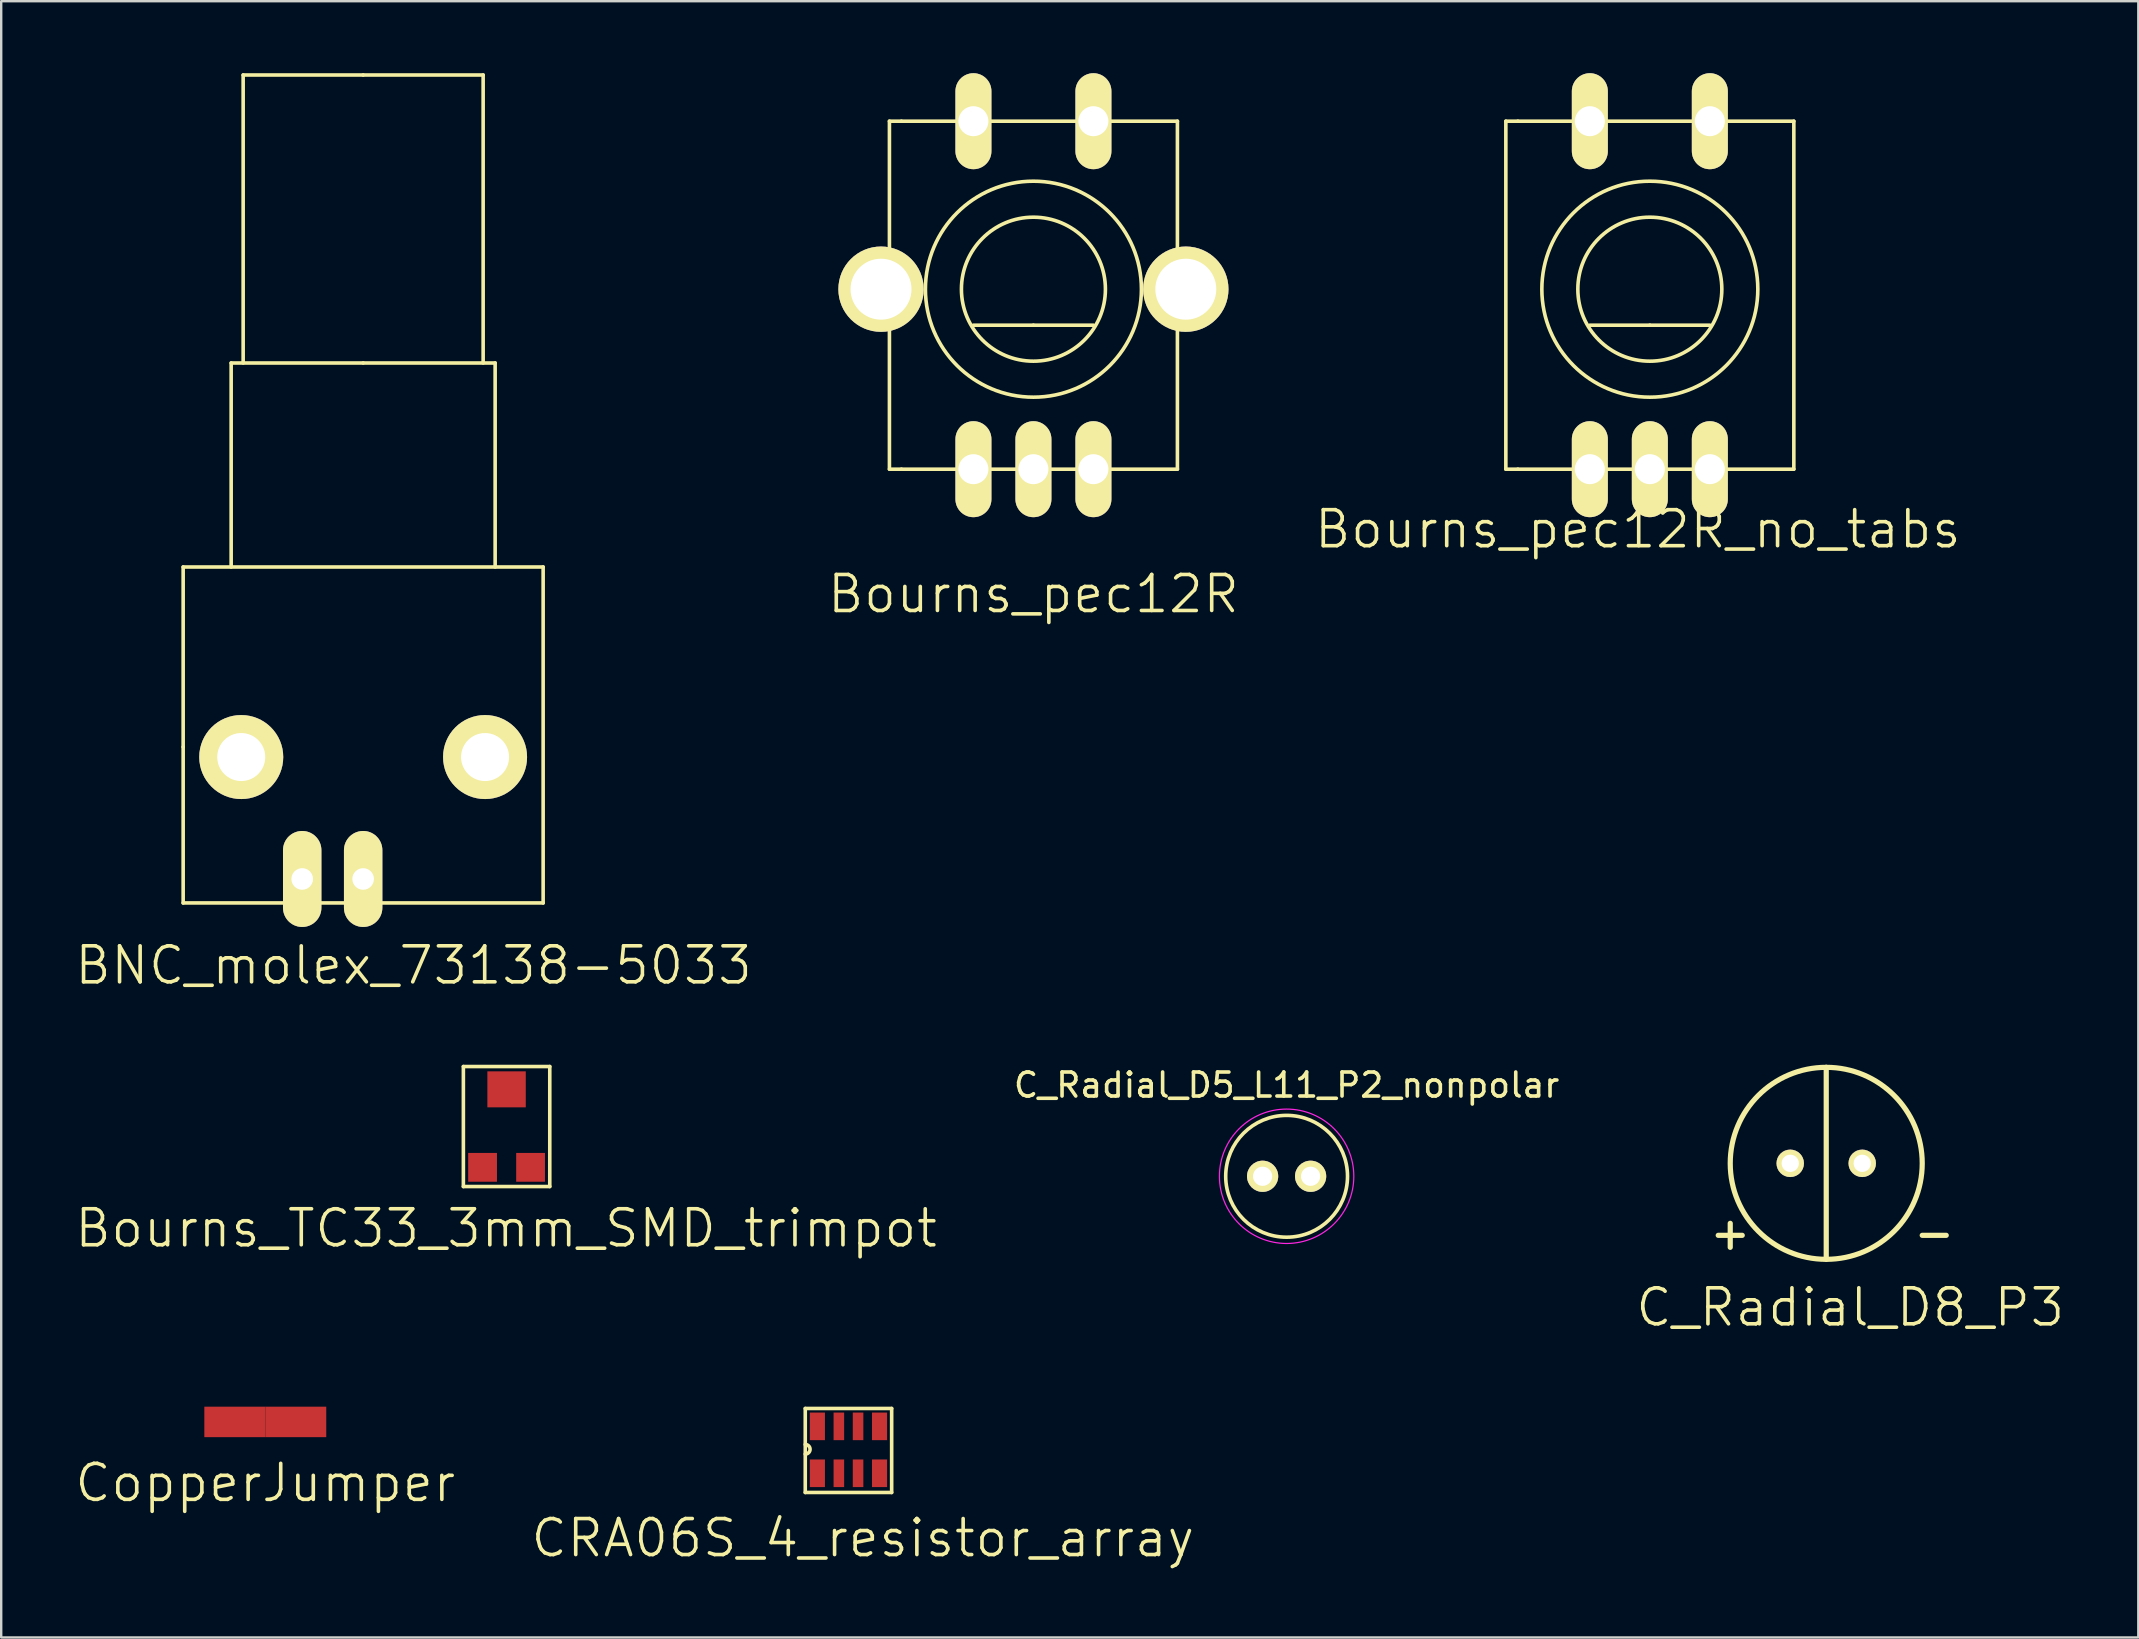
<source format=kicad_pcb>
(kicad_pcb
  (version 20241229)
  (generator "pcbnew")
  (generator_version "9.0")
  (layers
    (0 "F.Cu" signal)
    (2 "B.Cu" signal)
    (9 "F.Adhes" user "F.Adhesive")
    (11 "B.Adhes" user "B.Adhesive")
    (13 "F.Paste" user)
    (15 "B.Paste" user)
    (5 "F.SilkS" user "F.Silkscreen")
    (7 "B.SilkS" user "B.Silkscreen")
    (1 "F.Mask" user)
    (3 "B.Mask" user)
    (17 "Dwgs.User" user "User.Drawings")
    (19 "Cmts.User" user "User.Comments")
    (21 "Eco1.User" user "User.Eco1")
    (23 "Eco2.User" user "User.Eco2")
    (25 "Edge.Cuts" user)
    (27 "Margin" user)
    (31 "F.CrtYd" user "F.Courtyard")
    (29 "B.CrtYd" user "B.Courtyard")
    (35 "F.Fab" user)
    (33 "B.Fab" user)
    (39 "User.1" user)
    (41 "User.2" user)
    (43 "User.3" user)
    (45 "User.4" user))
  (footprint "CopperJumper"
    (layer "F.Cu")
    (at 8.004 56.199)
    (property "Reference" "CopperJumper" (at 0 2.54 0) (layer "F.SilkS") (effects (font (size 1.5 1.5) (thickness 0.15))))
    (attr through_hole)
    (pad "1" smd rect (at -1.27 0) (size 2.54 1.27) (layers "F.Cu" "F.Mask" "F.Paste"))
    (pad "2" smd rect (at 1.27 0) (size 2.54 1.27) (layers "F.Cu" "F.Mask" "F.Paste")))
  (footprint "Bourns_pec12R"
    (layer "F.Cu")
    (at 40.011 9)
    (property "Reference" "Bourns_pec12R" (at 0 12.7 0) (layer "F.SilkS") (effects (font (size 1.5 1.5) (thickness 0.15))))
    (attr through_hole)
    (fp_line (start -6 -7) (end -6 7.5) (stroke (width 0.15) (type solid)) (layer "F.SilkS"))
    (fp_line (start -5.5 -7) (end -6 -7) (stroke (width 0.15) (type solid)) (layer "F.SilkS"))
    (fp_line (start -5.5 7.5) (end -6 7.5) (stroke (width 0.15) (type solid)) (layer "F.SilkS"))
    (fp_line (start -5.5 7.5) (end 6 7.5) (stroke (width 0.15) (type solid)) (layer "F.SilkS"))
    (fp_line (start 0 1.5) (end -2.5 1.5) (stroke (width 0.15) (type solid)) (layer "F.SilkS"))
    (fp_line (start 0 1.5) (end 2.5 1.5) (stroke (width 0.15) (type solid)) (layer "F.SilkS"))
    (fp_line (start 6 -7) (end -5.5 -7) (stroke (width 0.15) (type solid)) (layer "F.SilkS"))
    (fp_line (start 6 7.5) (end 6 -7) (stroke (width 0.15) (type solid)) (layer "F.SilkS"))
    (fp_circle (center 0 0) (end 3 0) (stroke (width 0.15) (type solid)) (fill no) (layer "F.SilkS"))
    (fp_circle (center 0 0) (end 4.5 0) (stroke (width 0.15) (type solid)) (fill no) (layer "F.SilkS"))
    (pad "1" thru_hole oval (at -2.5 -7) (size 1.5 4) (drill 1.25) (layers "*.Cu" "*.Mask" "F.SilkS"))
    (pad "2" thru_hole oval (at 2.5 -7) (size 1.5 4) (drill 1.25) (layers "*.Cu" "*.Mask" "F.SilkS"))
    (pad "3" thru_hole oval (at -2.5 7.5) (size 1.5 4) (drill 1.25) (layers "*.Cu" "*.Mask" "F.SilkS"))
    (pad "4" thru_hole oval (at 0 7.5) (size 1.5 4) (drill 1.25) (layers "*.Cu" "*.Mask" "F.SilkS"))
    (pad "5" thru_hole oval (at 2.5 7.5) (size 1.5 4) (drill 1.25) (layers "*.Cu" "*.Mask" "F.SilkS"))
    (pad "6" thru_hole circle (at 6.35 0) (size 3.556 3.556) (drill 2.54) (layers "*.Cu" "*.Mask" "F.SilkS"))
    (pad "7" thru_hole circle (at -6.35 0) (size 3.556 3.556) (drill 2.54) (layers "*.Cu" "*.Mask" "F.SilkS")))
  (footprint "CRA06S_4_resistor_array"
    (layer "F.Cu")
    (at 31.004 58.339)
    (property "Reference" "CRA06S_4_resistor_array" (at 1.9 2.7 0) (layer "F.SilkS") (effects (font (size 1.5 1.5) (thickness 0.15))))
    (attr through_hole)
    (fp_line (start -0.5 -2.7) (end -0.5 0.8) (stroke (width 0.15) (type solid)) (layer "F.SilkS"))
    (fp_line (start -0.5 0.8) (end 3.1 0.8) (stroke (width 0.15) (type solid)) (layer "F.SilkS"))
    (fp_line (start 3.1 -2.7) (end -0.5 -2.7) (stroke (width 0.15) (type solid)) (layer "F.SilkS"))
    (fp_line (start 3.1 0.8) (end 3.1 -2.7) (stroke (width 0.15) (type solid)) (layer "F.SilkS"))
    (fp_arc (start -0.5 -1.2) (mid -0.3 -1) (end -0.5 -0.8) (stroke (width 0.15) (type solid)) (layer "F.SilkS"))
    (pad "1" smd rect (at 0.005 0) (size 0.63 1.15) (layers "F.Cu" "F.Mask" "F.Paste"))
    (pad "2" smd rect (at 0.9 0) (size 0.44 1.15) (layers "F.Cu" "F.Mask" "F.Paste"))
    (pad "3" smd rect (at 1.7 0) (size 0.44 1.15) (layers "F.Cu" "F.Mask" "F.Paste"))
    (pad "4" smd rect (at 2.595 0) (size 0.63 1.15) (layers "F.Cu" "F.Mask" "F.Paste"))
    (pad "5" smd rect (at 2.595 -1.955) (size 0.63 1.15) (layers "F.Cu" "F.Mask" "F.Paste"))
    (pad "6" smd rect (at 1.7 -1.955) (size 0.44 1.15) (layers "F.Cu" "F.Mask" "F.Paste"))
    (pad "7" smd rect (at 0.9 -1.955) (size 0.44 1.15) (layers "F.Cu" "F.Mask" "F.Paste"))
    (pad "8" smd rect (at 0.005 -1.955) (size 0.63 1.15) (layers "F.Cu" "F.Mask" "F.Paste")))
  (footprint "C_Radial_D5_L11_P2_nonpolar"
    (layer "F.Cu")
    (at 49.561 45.964)
    (property "Reference" "C_Radial_D5_L11_P2_nonpolar" (at 1 -3.8 0) (layer "F.SilkS") (effects (font (size 1 1) (thickness 0.15))))
    (attr through_hole)
    (fp_circle (center 1 0) (end 1 -2.538) (stroke (width 0.15) (type solid)) (fill no) (layer "F.SilkS"))
    (fp_circle (center 1 0) (end 1 -2.8) (stroke (width 0.05) (type solid)) (fill no) (layer "F.CrtYd"))
    (pad "1" thru_hole circle (at 0 0) (size 1.3 1.3) (drill 0.8) (layers "*.Cu" "*.Mask" "F.SilkS"))
    (pad "2" thru_hole circle (at 2 0) (size 1.3 1.3) (drill 0.8) (layers "*.Cu" "*.Mask" "F.SilkS")))
  (footprint "BNC_molex_73138-5033"
    (layer "F.Cu")
    (at 12.082 33.575)
    (property "Reference" "BNC_molex_73138-5033" (at 2.1 3.6 0) (layer "F.SilkS") (effects (font (size 1.5 1.5) (thickness 0.15))))
    (attr through_hole)
    (fp_line (start -7.5 -13) (end 7.5 -13) (stroke (width 0.15) (type solid)) (layer "F.SilkS"))
    (fp_line (start -7.5 -5.5) (end -7.5 -13) (stroke (width 0.15) (type solid)) (layer "F.SilkS"))
    (fp_line (start -7.5 1) (end -7.5 -5.5) (stroke (width 0.15) (type solid)) (layer "F.SilkS"))
    (fp_line (start -5.5 -21.5) (end -5.5 -13) (stroke (width 0.15) (type solid)) (layer "F.SilkS"))
    (fp_line (start -5 -33.5) (end -5 -21.5) (stroke (width 0.15) (type solid)) (layer "F.SilkS"))
    (fp_line (start 0 -33.5) (end -5 -33.5) (stroke (width 0.15) (type solid)) (layer "F.SilkS"))
    (fp_line (start 0 -33.5) (end 5 -33.5) (stroke (width 0.15) (type solid)) (layer "F.SilkS"))
    (fp_line (start 0 -21.5) (end -5.5 -21.5) (stroke (width 0.15) (type solid)) (layer "F.SilkS"))
    (fp_line (start 0 -21.5) (end 5.5 -21.5) (stroke (width 0.15) (type solid)) (layer "F.SilkS"))
    (fp_line (start 0 1) (end -7.5 1) (stroke (width 0.15) (type solid)) (layer "F.SilkS"))
    (fp_line (start 0 1) (end 7.5 1) (stroke (width 0.15) (type solid)) (layer "F.SilkS"))
    (fp_line (start 5 -33.5) (end 5 -21.5) (stroke (width 0.15) (type solid)) (layer "F.SilkS"))
    (fp_line (start 5.5 -21.5) (end 5.5 -13) (stroke (width 0.15) (type solid)) (layer "F.SilkS"))
    (fp_line (start 7.5 -13) (end 7.5 1) (stroke (width 0.15) (type solid)) (layer "F.SilkS"))
    (pad "1" thru_hole oval (at 0 0) (size 1.6 4) (drill 0.9) (layers "*.Cu" "*.Mask" "F.SilkS"))
    (pad "2" thru_hole circle (at -5.08 -5.08) (size 3.5 3.5) (drill 2) (layers "*.Cu" "*.Mask" "F.SilkS"))
    (pad "2" thru_hole oval (at -2.54 0) (size 1.6 4) (drill 0.9) (layers "*.Cu" "*.Mask" "F.SilkS"))
    (pad "2" thru_hole circle (at 5.08 -5.08) (size 3.5 3.5) (drill 2) (layers "*.Cu" "*.Mask" "F.SilkS")))
  (footprint "C_Radial_D8_P3"
    (layer "F.Cu")
    (at 73.046 45.424)
    (property "Reference" "C_Radial_D8_P3" (at 1 6 0) (layer "F.SilkS") (effects (font (size 1.5 1.5) (thickness 0.15))))
    (attr through_hole)
    (fp_line (start -4 2.5) (end -4 3.5) (stroke (width 0.216) (type solid)) (layer "F.SilkS"))
    (fp_line (start -3.5 3) (end -4.5 3) (stroke (width 0.216) (type solid)) (layer "F.SilkS"))
    (fp_line (start 0 -4) (end 0 4) (stroke (width 0.216) (type solid)) (layer "F.SilkS"))
    (fp_line (start 4 3) (end 5 3) (stroke (width 0.216) (type solid)) (layer "F.SilkS"))
    (fp_circle (center 0 0) (end 0 4) (stroke (width 0.216) (type solid)) (fill no) (layer "F.SilkS"))
    (pad "1" thru_hole circle (at -1.5 0) (size 1.143 1.143) (drill 0.72) (layers "*.Cu" "*.Mask" "F.SilkS"))
    (pad "2" thru_hole circle (at 1.5 0) (size 1.143 1.143) (drill 0.72) (layers "*.Cu" "*.Mask" "F.SilkS")))
  (footprint "Bourns_TC33_3mm_SMD_trimpot"
    (layer "F.Cu")
    (at 18.039 45.591)
    (property "Reference" "Bourns_TC33_3mm_SMD_trimpot" (at 0 2.54 0) (layer "F.SilkS") (effects (font (size 1.5 1.5) (thickness 0.15))))
    (attr through_hole)
    (fp_line (start -1.781 -4.2) (end -1.781 0.8) (stroke (width 0.15) (type solid)) (layer "F.SilkS"))
    (fp_line (start -1.781 0.8) (end 1.819 0.8) (stroke (width 0.15) (type solid)) (layer "F.SilkS"))
    (fp_line (start 1.819 -4.2) (end -1.781 -4.2) (stroke (width 0.15) (type solid)) (layer "F.SilkS"))
    (fp_line (start 1.819 0.8) (end 1.819 -4.2) (stroke (width 0.15) (type solid)) (layer "F.SilkS"))
    (pad "1" smd rect (at -0.981 0) (size 1.2 1.2) (layers "F.Cu" "F.Mask" "F.Paste"))
    (pad "2" smd rect (at 0.019 -3.25) (size 1.6 1.5) (layers "F.Cu" "F.Mask" "F.Paste"))
    (pad "3" smd rect (at 1.019 0) (size 1.2 1.2) (layers "F.Cu" "F.Mask" "F.Paste")))
  (footprint "Bourns_pec12R_no_tabs"
    (layer "F.Cu")
    (at 65.696 9)
    (property "Reference" "Bourns_pec12R_no_tabs" (at -0.5 10 0) (layer "F.SilkS") (effects (font (size 1.5 1.5) (thickness 0.15))))
    (attr through_hole)
    (fp_line (start -6 -7) (end -6 7.5) (stroke (width 0.15) (type solid)) (layer "F.SilkS"))
    (fp_line (start -5.5 -7) (end -6 -7) (stroke (width 0.15) (type solid)) (layer "F.SilkS"))
    (fp_line (start -5.5 7.5) (end -6 7.5) (stroke (width 0.15) (type solid)) (layer "F.SilkS"))
    (fp_line (start -5.5 7.5) (end 6 7.5) (stroke (width 0.15) (type solid)) (layer "F.SilkS"))
    (fp_line (start 0 1.5) (end -2.5 1.5) (stroke (width 0.15) (type solid)) (layer "F.SilkS"))
    (fp_line (start 0 1.5) (end 2.5 1.5) (stroke (width 0.15) (type solid)) (layer "F.SilkS"))
    (fp_line (start 6 -7) (end -5.5 -7) (stroke (width 0.15) (type solid)) (layer "F.SilkS"))
    (fp_line (start 6 7.5) (end 6 -7) (stroke (width 0.15) (type solid)) (layer "F.SilkS"))
    (fp_circle (center 0 0) (end 3 0) (stroke (width 0.15) (type solid)) (fill no) (layer "F.SilkS"))
    (fp_circle (center 0 0) (end 4.5 0) (stroke (width 0.15) (type solid)) (fill no) (layer "F.SilkS"))
    (pad "1" thru_hole oval (at -2.5 -7) (size 1.5 4) (drill 1.25) (layers "*.Cu" "*.Mask" "F.SilkS"))
    (pad "2" thru_hole oval (at 2.5 -7) (size 1.5 4) (drill 1.25) (layers "*.Cu" "*.Mask" "F.SilkS"))
    (pad "3" thru_hole oval (at -2.5 7.5) (size 1.5 4) (drill 1.25) (layers "*.Cu" "*.Mask" "F.SilkS"))
    (pad "4" thru_hole oval (at 0 7.5) (size 1.5 4) (drill 1.25) (layers "*.Cu" "*.Mask" "F.SilkS"))
    (pad "5" thru_hole oval (at 2.5 7.5) (size 1.5 4) (drill 1.25) (layers "*.Cu" "*.Mask" "F.SilkS")))
  (gr_rect
    (start -3 -3)
    (end 86.05 65.18)
    (stroke (width 0.1) (type default))
    (fill no)
    (layer "Edge.Cuts")))
</source>
